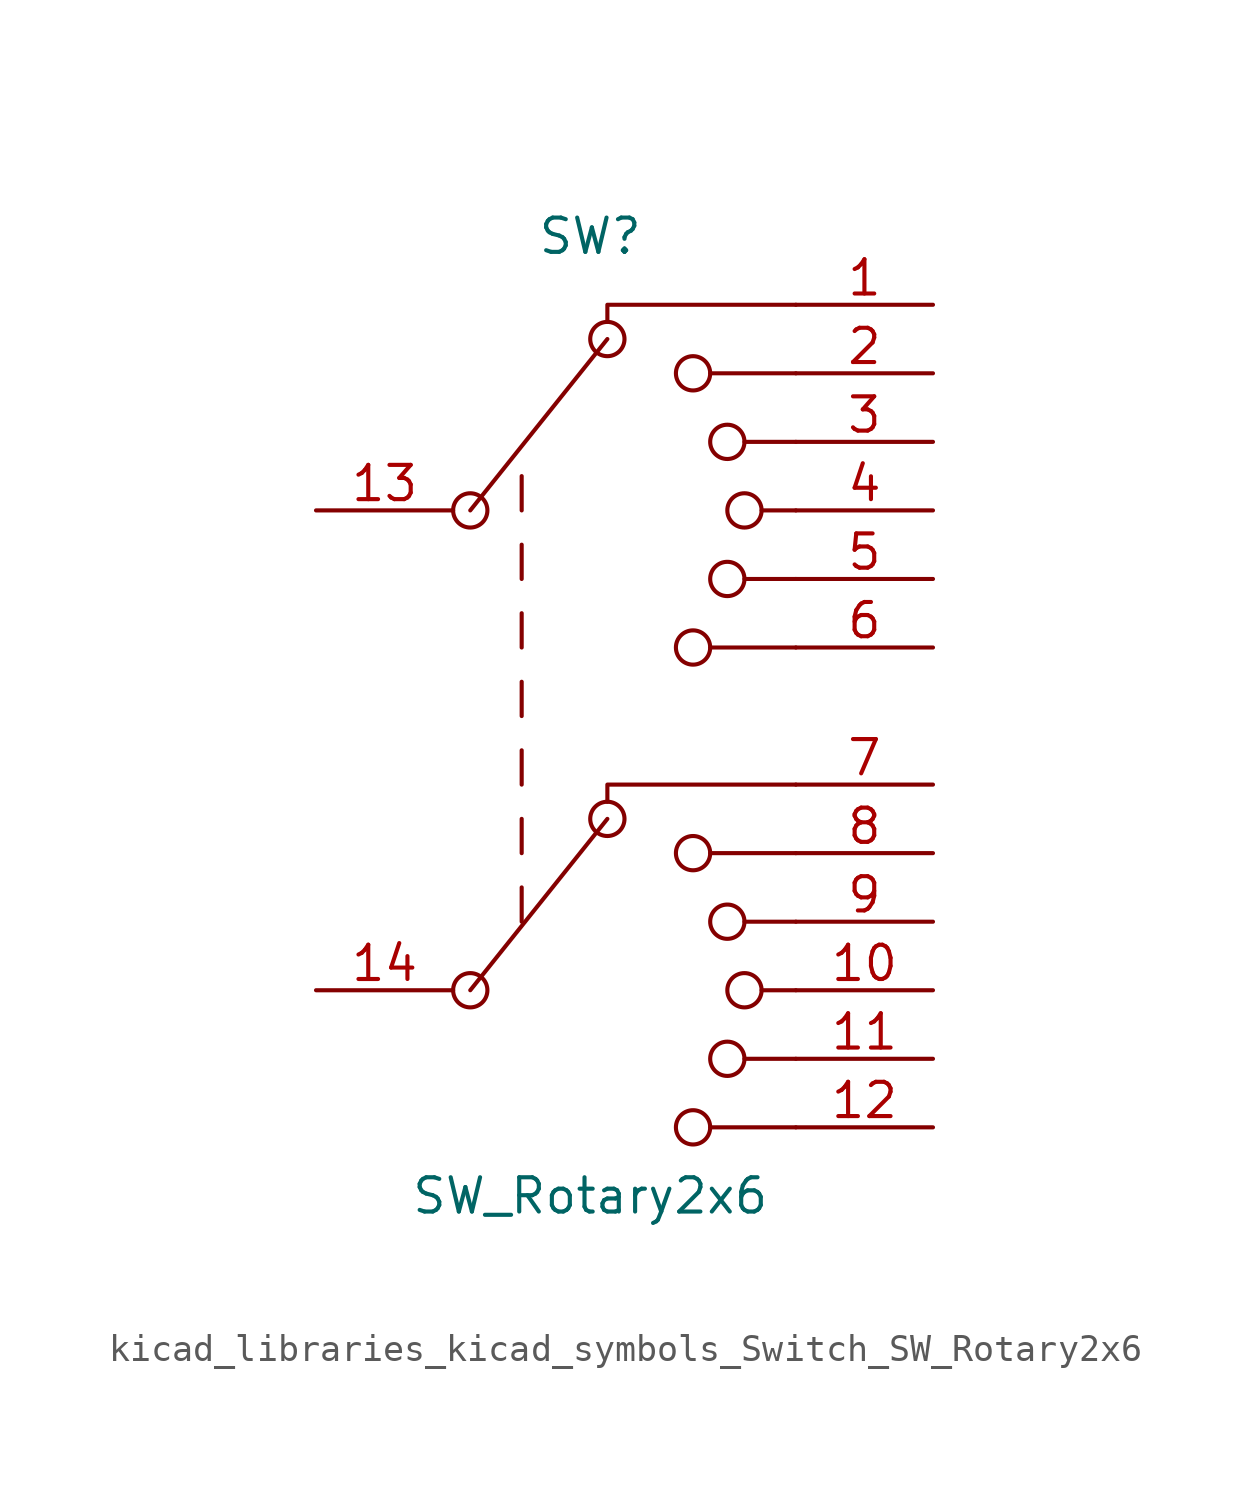
<source format=kicad_sym>
(kicad_symbol_lib
  (version 20220914)
  (generator kicad_symbol_editor)
  (symbol "kicad_libraries_kicad_symbols_Switch_SW_Rotary2x6"
    (pin_names
      (offset 1.016) hide)
    (property "Reference" "SW"
      (at 0 17.78 0)
      (effects (font (size 1.27 1.27))))
    (property "Value" "SW_Rotary2x6"
      (at 0 -17.78 0)
      (effects (font (size 1.27 1.27))))
    (symbol "kicad_libraries_kicad_symbols_Switch_SW_Rotary2x6_0_0"
      (circle (center -4.445 -10.16) (radius 0.635) (stroke (width 0) (type default)) (fill (type none)))
      (circle (center -4.445 7.62) (radius 0.635) (stroke (width 0) (type default)) (fill (type none)))
      (polyline (pts (xy -4.445 -10.16) (xy 0.635 -3.81)) (stroke (width 0) (type default)) (fill (type none)))
      (polyline (pts (xy -4.445 7.62) (xy 0.635 13.97)) (stroke (width 0) (type default)) (fill (type none)))
      (polyline (pts (xy -2.54 -7.62) (xy -2.54 -6.35)) (stroke (width 0) (type default)) (fill (type none)))
      (polyline (pts (xy -2.54 -5.08) (xy -2.54 -3.81)) (stroke (width 0) (type default)) (fill (type none)))
      (polyline (pts (xy -2.54 -2.54) (xy -2.54 -1.27)) (stroke (width 0) (type default)) (fill (type none)))
      (polyline (pts (xy -2.54 0) (xy -2.54 1.27)) (stroke (width 0) (type default)) (fill (type none)))
      (polyline (pts (xy -2.54 2.54) (xy -2.54 3.81)) (stroke (width 0) (type default)) (fill (type none)))
      (polyline (pts (xy -2.54 5.08) (xy -2.54 6.35)) (stroke (width 0) (type default)) (fill (type none)))
      (polyline (pts (xy -2.54 7.62) (xy -2.54 8.89)) (stroke (width 0) (type default)) (fill (type none)))
      (polyline (pts (xy 4.445 -5.08) (xy 7.62 -5.08)) (stroke (width 0) (type default)) (fill (type none)))
      (polyline (pts (xy 4.445 12.7) (xy 7.62 12.7)) (stroke (width 0) (type default)) (fill (type none)))
      (polyline (pts (xy 5.715 -12.7) (xy 7.62 -12.7)) (stroke (width 0) (type default)) (fill (type none)))
      (polyline (pts (xy 5.715 -7.62) (xy 7.62 -7.62)) (stroke (width 0) (type default)) (fill (type none)))
      (polyline (pts (xy 5.715 5.08) (xy 7.62 5.08)) (stroke (width 0) (type default)) (fill (type none)))
      (polyline (pts (xy 5.715 10.16) (xy 7.62 10.16)) (stroke (width 0) (type default)) (fill (type none)))
      (polyline (pts (xy 6.35 -10.16) (xy 7.62 -10.16)) (stroke (width 0) (type default)) (fill (type none)))
      (polyline (pts (xy 6.35 7.62) (xy 7.62 7.62)) (stroke (width 0) (type default)) (fill (type none)))
      (polyline (pts (xy 7.62 -15.24) (xy 4.445 -15.24)) (stroke (width 0) (type default)) (fill (type none)))
      (polyline (pts (xy 7.62 2.54) (xy 4.445 2.54)) (stroke (width 0) (type default)) (fill (type none)))
      (polyline (pts (xy 0.635 -3.175) (xy 0.635 -2.54) (xy 7.62 -2.54)) (stroke (width 0) (type default)) (fill (type none)))
      (polyline (pts (xy 0.635 14.605) (xy 0.635 15.24) (xy 7.62 15.24)) (stroke (width 0) (type default)) (fill (type none)))
      (circle (center 0.635 -3.81) (radius 0.635) (stroke (width 0) (type default)) (fill (type none)))
      (circle (center 0.635 13.97) (radius 0.635) (stroke (width 0) (type default)) (fill (type none)))
      (circle (center 3.81 -15.24) (radius 0.635) (stroke (width 0) (type default)) (fill (type none)))
      (circle (center 3.81 -5.08) (radius 0.635) (stroke (width 0) (type default)) (fill (type none)))
      (circle (center 3.81 2.54) (radius 0.635) (stroke (width 0) (type default)) (fill (type none)))
      (circle (center 3.81 12.7) (radius 0.635) (stroke (width 0) (type default)) (fill (type none)))
      (circle (center 5.08 -12.7) (radius 0.635) (stroke (width 0) (type default)) (fill (type none)))
      (circle (center 5.08 -7.62) (radius 0.635) (stroke (width 0) (type default)) (fill (type none)))
      (circle (center 5.08 5.08) (radius 0.635) (stroke (width 0) (type default)) (fill (type none)))
      (circle (center 5.08 10.16) (radius 0.635) (stroke (width 0) (type default)) (fill (type none)))
      (circle (center 5.715 -10.16) (radius 0.635) (stroke (width 0) (type default)) (fill (type none)))
      (circle (center 5.715 7.62) (radius 0.635) (stroke (width 0) (type default)) (fill (type none))))
    (symbol "kicad_libraries_kicad_symbols_Switch_SW_Rotary2x6_0_1"
      (pin passive line (at 12.7 15.24 180) (length 5.08) (name "1" (effects (font (size 1.27 1.27)))) (number "1" (effects (font (size 1.27 1.27)))))
      (pin passive line (at 12.7 -10.16 180) (length 5.08) (name "10" (effects (font (size 1.27 1.27)))) (number "10" (effects (font (size 1.27 1.27)))))
      (pin passive line (at 12.7 -12.7 180) (length 5.08) (name "11" (effects (font (size 1.27 1.27)))) (number "11" (effects (font (size 1.27 1.27)))))
      (pin passive line (at 12.7 -15.24 180) (length 5.08) (name "12" (effects (font (size 1.27 1.27)))) (number "12" (effects (font (size 1.27 1.27)))))
      (pin passive line (at -10.16 7.62 0) (length 5.08) (name "13" (effects (font (size 1.27 1.27)))) (number "13" (effects (font (size 1.27 1.27)))))
      (pin passive line (at -10.16 -10.16 0) (length 5.08) (name "14" (effects (font (size 1.27 1.27)))) (number "14" (effects (font (size 1.27 1.27)))))
      (pin passive line (at 12.7 12.7 180) (length 5.08) (name "2" (effects (font (size 1.27 1.27)))) (number "2" (effects (font (size 1.27 1.27)))))
      (pin passive line (at 12.7 10.16 180) (length 5.08) (name "3" (effects (font (size 1.27 1.27)))) (number "3" (effects (font (size 1.27 1.27)))))
      (pin passive line (at 12.7 7.62 180) (length 5.08) (name "4" (effects (font (size 1.27 1.27)))) (number "4" (effects (font (size 1.27 1.27)))))
      (pin passive line (at 12.7 5.08 180) (length 5.08) (name "5" (effects (font (size 1.27 1.27)))) (number "5" (effects (font (size 1.27 1.27)))))
      (pin passive line (at 12.7 2.54 180) (length 5.08) (name "6" (effects (font (size 1.27 1.27)))) (number "6" (effects (font (size 1.27 1.27)))))
      (pin passive line (at 12.7 -2.54 180) (length 5.08) (name "7" (effects (font (size 1.27 1.27)))) (number "7" (effects (font (size 1.27 1.27)))))
      (pin passive line (at 12.7 -5.08 180) (length 5.08) (name "8" (effects (font (size 1.27 1.27)))) (number "8" (effects (font (size 1.27 1.27)))))
      (pin passive line (at 12.7 -7.62 180) (length 5.08) (name "9" (effects (font (size 1.27 1.27)))) (number "9" (effects (font (size 1.27 1.27))))))))
</source>
